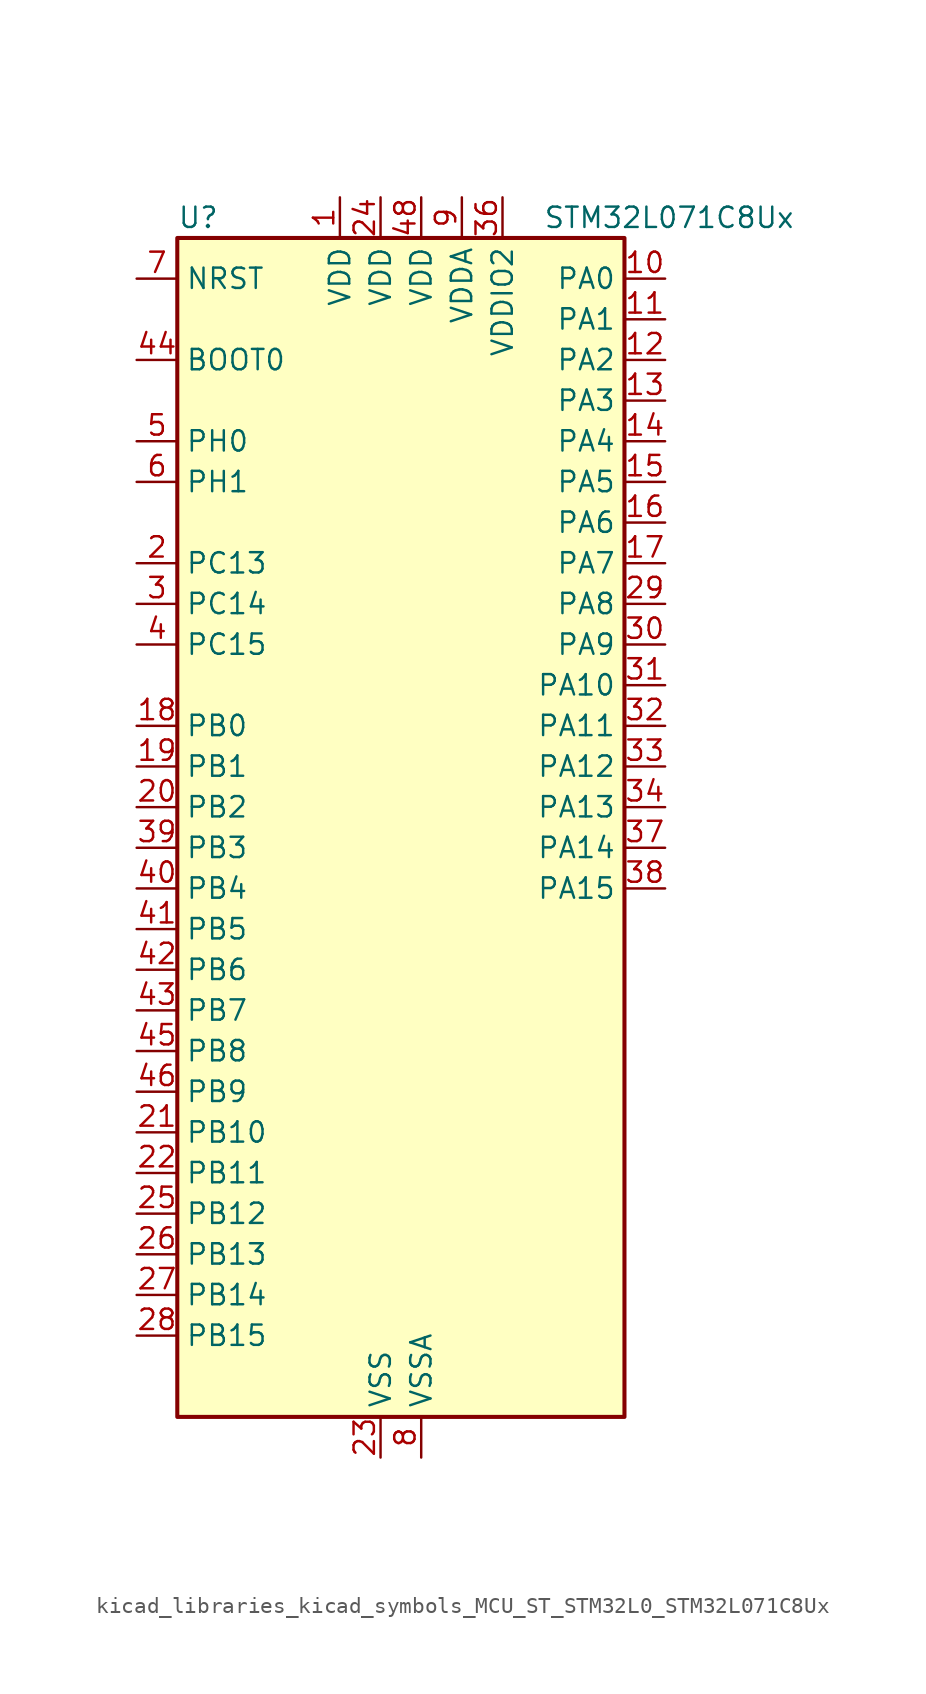
<source format=kicad_sym>
(kicad_symbol_lib
  (version 20220914)
  (generator kicad_symbol_editor)
  (symbol "kicad_libraries_kicad_symbols_MCU_ST_STM32L0_STM32L071C8Ux"
    (property "Reference" "U"
      (at -12.7 39.37 0)
      (effects (font (size 1.27 1.27)) (justify left)))
    (property "Value" "STM32L071C8Ux"
      (at 10.16 39.37 0)
      (effects (font (size 1.27 1.27)) (justify left)))
    (property "ki_locked" ""
      (at 0 0 0)
      (effects (font (size 1.27 1.27))))
    (symbol "kicad_libraries_kicad_symbols_MCU_ST_STM32L0_STM32L071C8Ux_0_1"
      (rectangle (start -12.7 -35.56) (end 15.24 38.1) (stroke (width 0.254) (type default)) (fill (type background))))
    (symbol "kicad_libraries_kicad_symbols_MCU_ST_STM32L0_STM32L071C8Ux_1_1"
      (pin power_in line (at -2.54 40.64 270) (length 2.54) (name "VDD" (effects (font (size 1.27 1.27)))) (number "1" (effects (font (size 1.27 1.27)))))
      (pin bidirectional line (at 17.78 35.56 180) (length 2.54) (name "PA0" (effects (font (size 1.27 1.27)))) (number "10" (effects (font (size 1.27 1.27)))) (alternate "ADC_IN0" bidirectional line) (alternate "COMP1_INM" bidirectional line) (alternate "COMP1_OUT" bidirectional line) (alternate "RTC_TAMP2" bidirectional line) (alternate "SYS_WKUP1" bidirectional line) (alternate "TIM2_CH1" bidirectional line) (alternate "TIM2_ETR" bidirectional line) (alternate "USART2_CTS" bidirectional line) (alternate "USART4_TX" bidirectional line))
      (pin bidirectional line (at 17.78 33.02 180) (length 2.54) (name "PA1" (effects (font (size 1.27 1.27)))) (number "11" (effects (font (size 1.27 1.27)))) (alternate "ADC_IN1" bidirectional line) (alternate "COMP1_INP" bidirectional line) (alternate "TIM21_ETR" bidirectional line) (alternate "TIM2_CH2" bidirectional line) (alternate "USART2_DE" bidirectional line) (alternate "USART2_RTS" bidirectional line) (alternate "USART4_RX" bidirectional line))
      (pin bidirectional line (at 17.78 30.48 180) (length 2.54) (name "PA2" (effects (font (size 1.27 1.27)))) (number "12" (effects (font (size 1.27 1.27)))) (alternate "ADC_IN2" bidirectional line) (alternate "COMP2_INM" bidirectional line) (alternate "COMP2_OUT" bidirectional line) (alternate "LPUART1_TX" bidirectional line) (alternate "TIM21_CH1" bidirectional line) (alternate "TIM2_CH3" bidirectional line) (alternate "USART2_TX" bidirectional line))
      (pin bidirectional line (at 17.78 27.94 180) (length 2.54) (name "PA3" (effects (font (size 1.27 1.27)))) (number "13" (effects (font (size 1.27 1.27)))) (alternate "ADC_IN3" bidirectional line) (alternate "COMP2_INP" bidirectional line) (alternate "LPUART1_RX" bidirectional line) (alternate "TIM21_CH2" bidirectional line) (alternate "TIM2_CH4" bidirectional line) (alternate "USART2_RX" bidirectional line))
      (pin bidirectional line (at 17.78 25.4 180) (length 2.54) (name "PA4" (effects (font (size 1.27 1.27)))) (number "14" (effects (font (size 1.27 1.27)))) (alternate "ADC_IN4" bidirectional line) (alternate "COMP1_INM" bidirectional line) (alternate "COMP2_INM" bidirectional line) (alternate "SPI1_NSS" bidirectional line) (alternate "TIM22_ETR" bidirectional line) (alternate "USART2_CK" bidirectional line))
      (pin bidirectional line (at 17.78 22.86 180) (length 2.54) (name "PA5" (effects (font (size 1.27 1.27)))) (number "15" (effects (font (size 1.27 1.27)))) (alternate "ADC_IN5" bidirectional line) (alternate "COMP1_INM" bidirectional line) (alternate "COMP2_INM" bidirectional line) (alternate "SPI1_SCK" bidirectional line) (alternate "TIM2_CH1" bidirectional line) (alternate "TIM2_ETR" bidirectional line))
      (pin bidirectional line (at 17.78 20.32 180) (length 2.54) (name "PA6" (effects (font (size 1.27 1.27)))) (number "16" (effects (font (size 1.27 1.27)))) (alternate "ADC_IN6" bidirectional line) (alternate "COMP1_OUT" bidirectional line) (alternate "LPUART1_CTS" bidirectional line) (alternate "SPI1_MISO" bidirectional line) (alternate "TIM22_CH1" bidirectional line) (alternate "TIM3_CH1" bidirectional line))
      (pin bidirectional line (at 17.78 17.78 180) (length 2.54) (name "PA7" (effects (font (size 1.27 1.27)))) (number "17" (effects (font (size 1.27 1.27)))) (alternate "ADC_IN7" bidirectional line) (alternate "COMP2_OUT" bidirectional line) (alternate "SPI1_MOSI" bidirectional line) (alternate "TIM22_CH2" bidirectional line) (alternate "TIM3_CH2" bidirectional line))
      (pin bidirectional line (at -15.24 7.62 0) (length 2.54) (name "PB0" (effects (font (size 1.27 1.27)))) (number "18" (effects (font (size 1.27 1.27)))) (alternate "ADC_IN8" bidirectional line) (alternate "SYS_VREF_OUT_PB0" bidirectional line) (alternate "TIM3_CH3" bidirectional line))
      (pin bidirectional line (at -15.24 5.08 0) (length 2.54) (name "PB1" (effects (font (size 1.27 1.27)))) (number "19" (effects (font (size 1.27 1.27)))) (alternate "ADC_IN9" bidirectional line) (alternate "LPUART1_DE" bidirectional line) (alternate "LPUART1_RTS" bidirectional line) (alternate "SYS_VREF_OUT_PB1" bidirectional line) (alternate "TIM3_CH4" bidirectional line))
      (pin bidirectional line (at -15.24 17.78 0) (length 2.54) (name "PC13" (effects (font (size 1.27 1.27)))) (number "2" (effects (font (size 1.27 1.27)))) (alternate "RTC_OUT_ALARM" bidirectional line) (alternate "RTC_OUT_CALIB" bidirectional line) (alternate "RTC_TAMP1" bidirectional line) (alternate "RTC_TS" bidirectional line) (alternate "SYS_WKUP2" bidirectional line))
      (pin bidirectional line (at -15.24 2.54 0) (length 2.54) (name "PB2" (effects (font (size 1.27 1.27)))) (number "20" (effects (font (size 1.27 1.27)))) (alternate "I2C3_SMBA" bidirectional line) (alternate "LPTIM1_OUT" bidirectional line))
      (pin bidirectional line (at -15.24 -17.78 0) (length 2.54) (name "PB10" (effects (font (size 1.27 1.27)))) (number "21" (effects (font (size 1.27 1.27)))) (alternate "I2C2_SCL" bidirectional line) (alternate "LPUART1_RX" bidirectional line) (alternate "LPUART1_TX" bidirectional line) (alternate "SPI2_SCK" bidirectional line) (alternate "TIM2_CH3" bidirectional line))
      (pin bidirectional line (at -15.24 -20.32 0) (length 2.54) (name "PB11" (effects (font (size 1.27 1.27)))) (number "22" (effects (font (size 1.27 1.27)))) (alternate "ADC_EXTI11" bidirectional line) (alternate "I2C2_SDA" bidirectional line) (alternate "LPUART1_RX" bidirectional line) (alternate "LPUART1_TX" bidirectional line) (alternate "TIM2_CH4" bidirectional line))
      (pin power_in line (at 0 -38.1 90) (length 2.54) (name "VSS" (effects (font (size 1.27 1.27)))) (number "23" (effects (font (size 1.27 1.27)))))
      (pin power_in line (at 0 40.64 270) (length 2.54) (name "VDD" (effects (font (size 1.27 1.27)))) (number "24" (effects (font (size 1.27 1.27)))))
      (pin bidirectional line (at -15.24 -22.86 0) (length 2.54) (name "PB12" (effects (font (size 1.27 1.27)))) (number "25" (effects (font (size 1.27 1.27)))) (alternate "I2S2_WS" bidirectional line) (alternate "LPUART1_DE" bidirectional line) (alternate "LPUART1_RTS" bidirectional line) (alternate "SPI2_NSS" bidirectional line))
      (pin bidirectional line (at -15.24 -25.4 0) (length 2.54) (name "PB13" (effects (font (size 1.27 1.27)))) (number "26" (effects (font (size 1.27 1.27)))) (alternate "I2C2_SCL" bidirectional line) (alternate "I2S2_CK" bidirectional line) (alternate "LPUART1_CTS" bidirectional line) (alternate "RCC_MCO" bidirectional line) (alternate "SPI2_SCK" bidirectional line) (alternate "TIM21_CH1" bidirectional line))
      (pin bidirectional line (at -15.24 -27.94 0) (length 2.54) (name "PB14" (effects (font (size 1.27 1.27)))) (number "27" (effects (font (size 1.27 1.27)))) (alternate "I2C2_SDA" bidirectional line) (alternate "I2S2_MCK" bidirectional line) (alternate "LPUART1_DE" bidirectional line) (alternate "LPUART1_RTS" bidirectional line) (alternate "RTC_OUT_ALARM" bidirectional line) (alternate "RTC_OUT_CALIB" bidirectional line) (alternate "SPI2_MISO" bidirectional line) (alternate "TIM21_CH2" bidirectional line))
      (pin bidirectional line (at -15.24 -30.48 0) (length 2.54) (name "PB15" (effects (font (size 1.27 1.27)))) (number "28" (effects (font (size 1.27 1.27)))) (alternate "I2S2_SD" bidirectional line) (alternate "RTC_REFIN" bidirectional line) (alternate "SPI2_MOSI" bidirectional line))
      (pin bidirectional line (at 17.78 15.24 180) (length 2.54) (name "PA8" (effects (font (size 1.27 1.27)))) (number "29" (effects (font (size 1.27 1.27)))) (alternate "I2C3_SCL" bidirectional line) (alternate "RCC_MCO" bidirectional line) (alternate "USART1_CK" bidirectional line))
      (pin bidirectional line (at -15.24 15.24 0) (length 2.54) (name "PC14" (effects (font (size 1.27 1.27)))) (number "3" (effects (font (size 1.27 1.27)))) (alternate "RCC_OSC32_IN" bidirectional line))
      (pin bidirectional line (at 17.78 12.7 180) (length 2.54) (name "PA9" (effects (font (size 1.27 1.27)))) (number "30" (effects (font (size 1.27 1.27)))) (alternate "I2C1_SCL" bidirectional line) (alternate "I2C3_SMBA" bidirectional line) (alternate "RCC_MCO" bidirectional line) (alternate "USART1_TX" bidirectional line))
      (pin bidirectional line (at 17.78 10.16 180) (length 2.54) (name "PA10" (effects (font (size 1.27 1.27)))) (number "31" (effects (font (size 1.27 1.27)))) (alternate "I2C1_SDA" bidirectional line) (alternate "USART1_RX" bidirectional line))
      (pin bidirectional line (at 17.78 7.62 180) (length 2.54) (name "PA11" (effects (font (size 1.27 1.27)))) (number "32" (effects (font (size 1.27 1.27)))) (alternate "ADC_EXTI11" bidirectional line) (alternate "COMP1_OUT" bidirectional line) (alternate "SPI1_MISO" bidirectional line) (alternate "USART1_CTS" bidirectional line))
      (pin bidirectional line (at 17.78 5.08 180) (length 2.54) (name "PA12" (effects (font (size 1.27 1.27)))) (number "33" (effects (font (size 1.27 1.27)))) (alternate "COMP2_OUT" bidirectional line) (alternate "SPI1_MOSI" bidirectional line) (alternate "USART1_DE" bidirectional line) (alternate "USART1_RTS" bidirectional line))
      (pin bidirectional line (at 17.78 2.54 180) (length 2.54) (name "PA13" (effects (font (size 1.27 1.27)))) (number "34" (effects (font (size 1.27 1.27)))) (alternate "LPUART1_RX" bidirectional line) (alternate "SYS_SWDIO" bidirectional line))
      (pin passive line (at 0 -38.1 90) (length 2.54) hide (name "VSS" (effects (font (size 1.27 1.27)))) (number "35" (effects (font (size 1.27 1.27)))))
      (pin power_in line (at 7.62 40.64 270) (length 2.54) (name "VDDIO2" (effects (font (size 1.27 1.27)))) (number "36" (effects (font (size 1.27 1.27)))))
      (pin bidirectional line (at 17.78 0 180) (length 2.54) (name "PA14" (effects (font (size 1.27 1.27)))) (number "37" (effects (font (size 1.27 1.27)))) (alternate "LPUART1_TX" bidirectional line) (alternate "SYS_SWCLK" bidirectional line) (alternate "USART2_TX" bidirectional line))
      (pin bidirectional line (at 17.78 -2.54 180) (length 2.54) (name "PA15" (effects (font (size 1.27 1.27)))) (number "38" (effects (font (size 1.27 1.27)))) (alternate "SPI1_NSS" bidirectional line) (alternate "TIM2_CH1" bidirectional line) (alternate "TIM2_ETR" bidirectional line) (alternate "USART2_RX" bidirectional line) (alternate "USART4_DE" bidirectional line) (alternate "USART4_RTS" bidirectional line))
      (pin bidirectional line (at -15.24 0 0) (length 2.54) (name "PB3" (effects (font (size 1.27 1.27)))) (number "39" (effects (font (size 1.27 1.27)))) (alternate "COMP2_INM" bidirectional line) (alternate "SPI1_SCK" bidirectional line) (alternate "TIM2_CH2" bidirectional line) (alternate "USART1_DE" bidirectional line) (alternate "USART1_RTS" bidirectional line) (alternate "USART5_TX" bidirectional line))
      (pin bidirectional line (at -15.24 12.7 0) (length 2.54) (name "PC15" (effects (font (size 1.27 1.27)))) (number "4" (effects (font (size 1.27 1.27)))) (alternate "RCC_OSC32_OUT" bidirectional line))
      (pin bidirectional line (at -15.24 -2.54 0) (length 2.54) (name "PB4" (effects (font (size 1.27 1.27)))) (number "40" (effects (font (size 1.27 1.27)))) (alternate "COMP2_INP" bidirectional line) (alternate "I2C3_SDA" bidirectional line) (alternate "SPI1_MISO" bidirectional line) (alternate "TIM22_CH1" bidirectional line) (alternate "TIM3_CH1" bidirectional line) (alternate "USART1_CTS" bidirectional line) (alternate "USART5_RX" bidirectional line))
      (pin bidirectional line (at -15.24 -5.08 0) (length 2.54) (name "PB5" (effects (font (size 1.27 1.27)))) (number "41" (effects (font (size 1.27 1.27)))) (alternate "COMP2_INP" bidirectional line) (alternate "I2C1_SMBA" bidirectional line) (alternate "LPTIM1_IN1" bidirectional line) (alternate "SPI1_MOSI" bidirectional line) (alternate "TIM22_CH2" bidirectional line) (alternate "TIM3_CH2" bidirectional line) (alternate "USART1_CK" bidirectional line) (alternate "USART5_CK" bidirectional line) (alternate "USART5_DE" bidirectional line) (alternate "USART5_RTS" bidirectional line))
      (pin bidirectional line (at -15.24 -7.62 0) (length 2.54) (name "PB6" (effects (font (size 1.27 1.27)))) (number "42" (effects (font (size 1.27 1.27)))) (alternate "COMP2_INP" bidirectional line) (alternate "I2C1_SCL" bidirectional line) (alternate "LPTIM1_ETR" bidirectional line) (alternate "USART1_TX" bidirectional line))
      (pin bidirectional line (at -15.24 -10.16 0) (length 2.54) (name "PB7" (effects (font (size 1.27 1.27)))) (number "43" (effects (font (size 1.27 1.27)))) (alternate "COMP2_INP" bidirectional line) (alternate "I2C1_SDA" bidirectional line) (alternate "LPTIM1_IN2" bidirectional line) (alternate "SYS_PVD_IN" bidirectional line) (alternate "USART1_RX" bidirectional line) (alternate "USART4_CTS" bidirectional line))
      (pin input line (at -15.24 30.48 0) (length 2.54) (name "BOOT0" (effects (font (size 1.27 1.27)))) (number "44" (effects (font (size 1.27 1.27)))))
      (pin bidirectional line (at -15.24 -12.7 0) (length 2.54) (name "PB8" (effects (font (size 1.27 1.27)))) (number "45" (effects (font (size 1.27 1.27)))) (alternate "I2C1_SCL" bidirectional line))
      (pin bidirectional line (at -15.24 -15.24 0) (length 2.54) (name "PB9" (effects (font (size 1.27 1.27)))) (number "46" (effects (font (size 1.27 1.27)))) (alternate "I2C1_SDA" bidirectional line) (alternate "I2S2_WS" bidirectional line) (alternate "SPI2_NSS" bidirectional line))
      (pin passive line (at 0 -38.1 90) (length 2.54) hide (name "VSS" (effects (font (size 1.27 1.27)))) (number "47" (effects (font (size 1.27 1.27)))))
      (pin power_in line (at 2.54 40.64 270) (length 2.54) (name "VDD" (effects (font (size 1.27 1.27)))) (number "48" (effects (font (size 1.27 1.27)))))
      (pin passive line (at 0 -38.1 90) (length 2.54) hide (name "VSS" (effects (font (size 1.27 1.27)))) (number "49" (effects (font (size 1.27 1.27)))))
      (pin bidirectional line (at -15.24 25.4 0) (length 2.54) (name "PH0" (effects (font (size 1.27 1.27)))) (number "5" (effects (font (size 1.27 1.27)))) (alternate "RCC_OSC_IN" bidirectional line))
      (pin bidirectional line (at -15.24 22.86 0) (length 2.54) (name "PH1" (effects (font (size 1.27 1.27)))) (number "6" (effects (font (size 1.27 1.27)))) (alternate "RCC_OSC_OUT" bidirectional line))
      (pin input line (at -15.24 35.56 0) (length 2.54) (name "NRST" (effects (font (size 1.27 1.27)))) (number "7" (effects (font (size 1.27 1.27)))))
      (pin power_in line (at 2.54 -38.1 90) (length 2.54) (name "VSSA" (effects (font (size 1.27 1.27)))) (number "8" (effects (font (size 1.27 1.27)))))
      (pin power_in line (at 5.08 40.64 270) (length 2.54) (name "VDDA" (effects (font (size 1.27 1.27)))) (number "9" (effects (font (size 1.27 1.27))))))))
</source>
